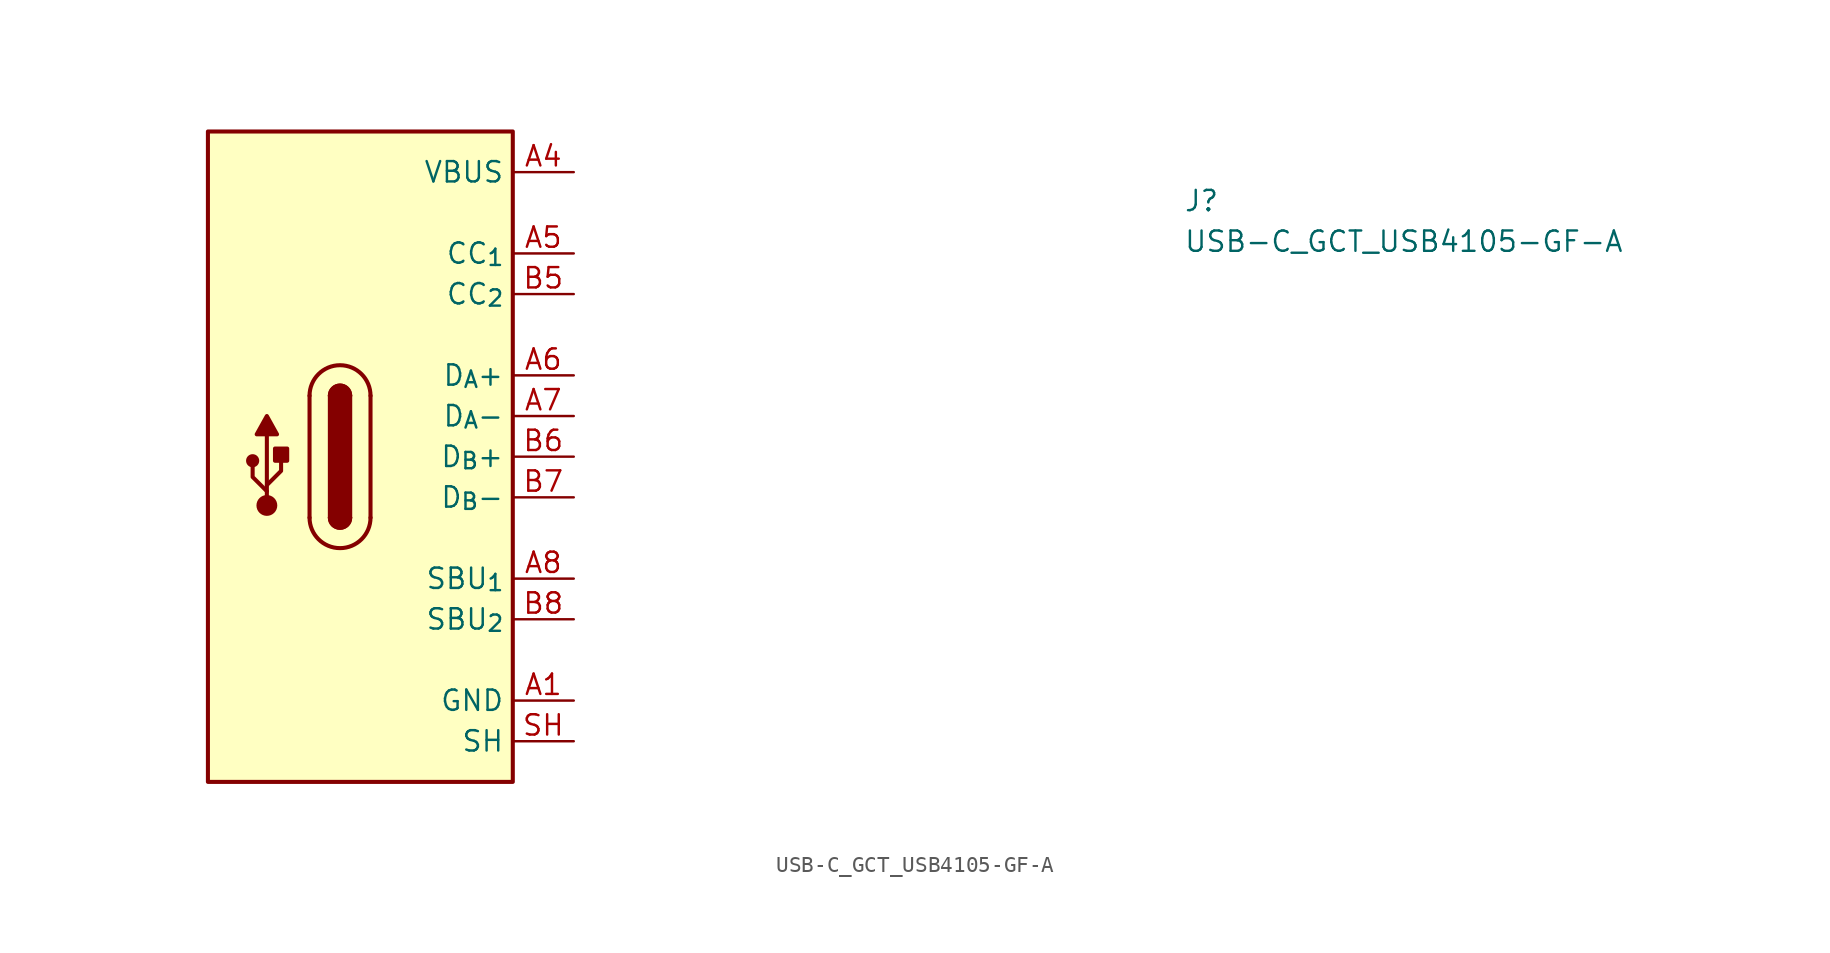
<source format=kicad_sym>
(kicad_symbol_lib
  (version 20220914)
  (generator kicad_symbol_editor)
  (symbol "USB-C_GCT_USB4105-GF-A"
    (property "Reference" "J"
      (at 38.1 -2.54 0)
      (effects (font (size 1.27 1.27) (thickness 0.15)) (justify left bottom)))
    (property "Value" "USB-C_GCT_USB4105-GF-A"
      (at 38.1 -5.08 0)
      (effects (font (size 1.27 1.27) (thickness 0.15)) (justify left bottom)))
    (symbol "USB-C_GCT_USB4105-GF-A_1_1"
      (rectangle (start -22.86 2.54) (end -3.81 -38.1) (stroke (width 0.254) (type default)) (fill (type background)))
      (circle (center -20.066 -18.034) (radius 0.284) (stroke (width 0.254) (type default)) (fill (type outline)))
      (circle (center -19.177 -20.828) (radius 0.524) (stroke (width 0.254) (type default)) (fill (type outline)))
      (rectangle (start -18.669 -18.034) (end -17.907 -17.272) (stroke (width 0.254) (type default)) (fill (type outline)))
      (arc (start -16.51 -21.59) (mid -14.605 -23.4867) (end -12.7 -21.59) (stroke (width 0.254) (type default)) (fill (type background)))
      (arc (start -15.24 -21.59) (mid -14.605 -22.2223) (end -13.97 -21.59) (stroke (width 0.254) (type default)) (fill (type outline)))
      (arc (start -15.24 -21.59) (mid -14.605 -22.2223) (end -13.97 -21.59) (stroke (width 0.254) (type default)) (fill (type background)))
      (rectangle (start -15.24 -21.59) (end -13.97 -13.97) (stroke (width 0.254) (type default)) (fill (type outline)))
      (arc (start -13.97 -13.97) (mid -14.605 -13.3377) (end -15.24 -13.97) (stroke (width 0.254) (type default)) (fill (type outline)))
      (arc (start -13.97 -13.97) (mid -14.605 -13.3377) (end -15.24 -13.97) (stroke (width 0.254) (type default)) (fill (type background)))
      (arc (start -12.7 -13.97) (mid -14.605 -12.0733) (end -16.51 -13.97) (stroke (width 0.254) (type default)) (fill (type background)))
      (polyline (pts (xy -19.177 -20.701) (xy -19.177 -16.383)) (stroke (width 0.254) (type default)) (fill (type background)))
      (polyline (pts (xy -16.51 -21.59) (xy -16.51 -13.97)) (stroke (width 0.254) (type default)) (fill (type background)))
      (polyline (pts (xy -12.7 -13.97) (xy -12.7 -21.59)) (stroke (width 0.254) (type default)) (fill (type background)))
      (polyline (pts (xy -19.177 -19.939) (xy -20.066 -19.05) (xy -20.066 -18.415)) (stroke (width 0.254) (type default)) (fill (type background)))
      (polyline (pts (xy -19.177 -19.558) (xy -18.288 -18.669) (xy -18.288 -18.034)) (stroke (width 0.254) (type default)) (fill (type background)))
      (polyline (pts (xy -19.812 -16.383) (xy -19.177 -15.24) (xy -18.542 -16.383) (xy -19.812 -16.383)) (stroke (width 0.254) (type default)) (fill (type outline)))
      (pin power_in line (at 0 -33.02 180) (length 3.81) (name "GND" (effects (font (size 1.27 1.27)))) (number "A1" (effects (font (size 1.27 1.27)))))
      (pin passive line (at 0 -33.02 180) (length 3.81) hide (name "GND" (effects (font (size 1.27 1.27)))) (number "A12" (effects (font (size 1.27 1.27)))))
      (pin passive line (at 0 0 180) (length 3.81) (name "VBUS" (effects (font (size 1.27 1.27)))) (number "A4" (effects (font (size 1.27 1.27)))))
      (pin bidirectional line (at 0 -5.08 180) (length 3.81) (name "CC_{1}" (effects (font (size 1.27 1.27)))) (number "A5" (effects (font (size 1.27 1.27)))))
      (pin bidirectional line (at 0 -12.7 180) (length 3.81) (name "D_{A}+" (effects (font (size 1.27 1.27)))) (number "A6" (effects (font (size 1.27 1.27)))))
      (pin bidirectional line (at 0 -15.24 180) (length 3.81) (name "D_{A}-" (effects (font (size 1.27 1.27)))) (number "A7" (effects (font (size 1.27 1.27)))))
      (pin bidirectional line (at 0 -25.4 180) (length 3.81) (name "SBU_{1}" (effects (font (size 1.27 1.27)))) (number "A8" (effects (font (size 1.27 1.27)))))
      (pin passive line (at 0 0 180) (length 3.81) hide (name "VBUS" (effects (font (size 1.27 1.27)))) (number "A9" (effects (font (size 1.27 1.27)))))
      (pin passive line (at 0 -33.02 180) (length 3.81) hide (name "GND" (effects (font (size 1.27 1.27)))) (number "B1" (effects (font (size 1.27 1.27)))))
      (pin passive line (at 0 -33.02 180) (length 3.81) hide (name "GND" (effects (font (size 1.27 1.27)))) (number "B12" (effects (font (size 1.27 1.27)))))
      (pin passive line (at 0 0 180) (length 3.81) hide (name "VBUS" (effects (font (size 1.27 1.27)))) (number "B4" (effects (font (size 1.27 1.27)))))
      (pin bidirectional line (at 0 -7.62 180) (length 3.81) (name "CC_{2}" (effects (font (size 1.27 1.27)))) (number "B5" (effects (font (size 1.27 1.27)))))
      (pin bidirectional line (at 0 -17.78 180) (length 3.81) (name "D_{B}+" (effects (font (size 1.27 1.27)))) (number "B6" (effects (font (size 1.27 1.27)))))
      (pin bidirectional line (at 0 -20.32 180) (length 3.81) (name "D_{B}-" (effects (font (size 1.27 1.27)))) (number "B7" (effects (font (size 1.27 1.27)))))
      (pin bidirectional line (at 0 -27.94 180) (length 3.81) (name "SBU_{2}" (effects (font (size 1.27 1.27)))) (number "B8" (effects (font (size 1.27 1.27)))))
      (pin passive line (at 0 0 180) (length 3.81) hide (name "VBUS" (effects (font (size 1.27 1.27)))) (number "B9" (effects (font (size 1.27 1.27)))))
      (pin passive line (at 0 -35.56 180) (length 3.81) (name "SH" (effects (font (size 1.27 1.27)))) (number "SH" (effects (font (size 1.27 1.27))))))))
</source>
